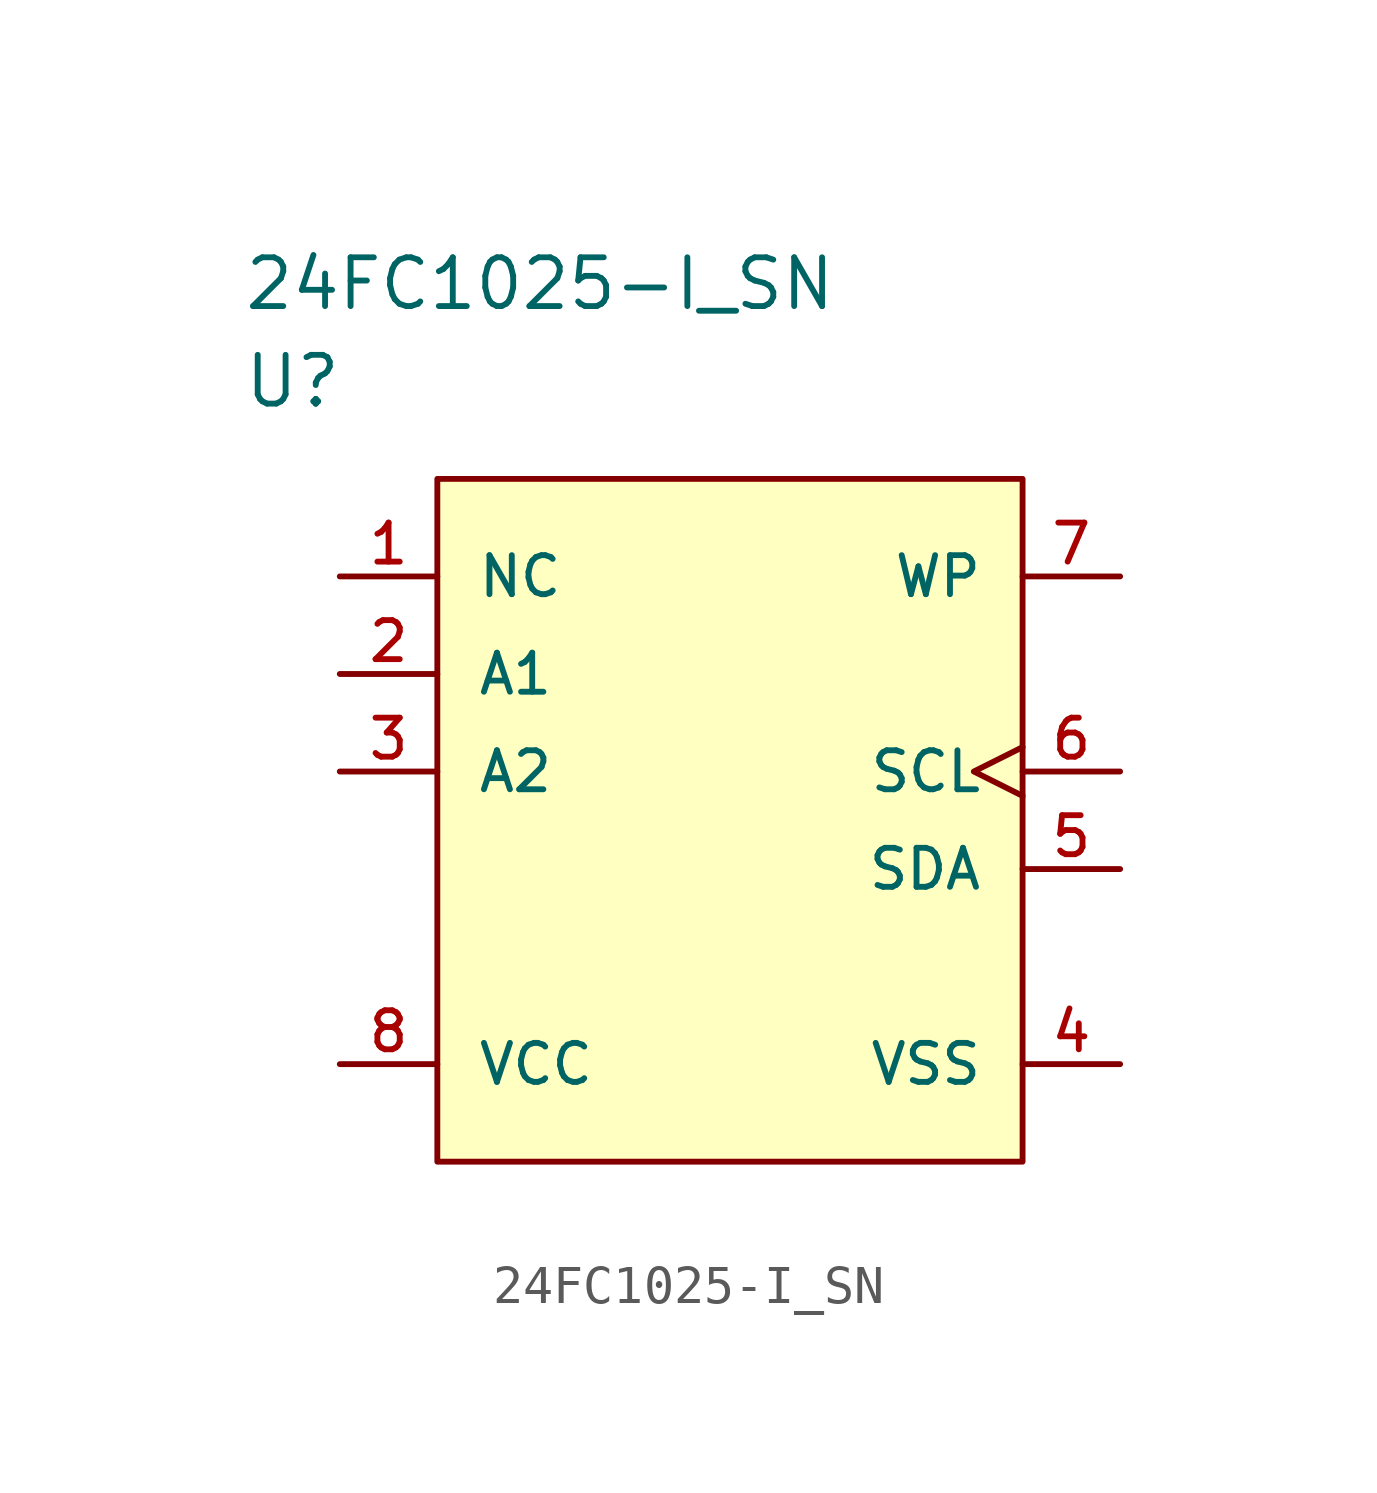
<source format=kicad_sym>
(kicad_symbol_lib
  (version 20220914)
  (generator kicad_symbol_editor)
  (symbol "24FC1025-I_SN"
    (pin_names
      (offset 1.016))
    (property "Reference" "U"
      (at 0 5.08 0)
      (effects (font (size 1.27 1.27)) (justify left)))
    (property "Value" "24FC1025-I_SN"
      (at 0 7.62 0)
      (effects (font (size 1.27 1.27)) (justify left)))
    (property "ki_locked" ""
      (at 0 0 0)
      (effects (font (size 1.27 1.27))))
    (symbol "24FC1025-I_SN_1_1"
      (rectangle (start 5.08 2.54) (end 20.32 -15.24) (stroke (width 0) (type solid)) (fill (type background)))
      (pin passive line (at 2.54 0 0) (length 2.54) (name "NC" (effects (font (size 1.016 1.016)))) (number "1" (effects (font (size 1.016 1.016)))))
      (pin input line (at 2.54 -2.54 0) (length 2.54) (name "A1" (effects (font (size 1.016 1.016)))) (number "2" (effects (font (size 1.016 1.016)))))
      (pin input line (at 2.54 -5.08 0) (length 2.54) (name "A2" (effects (font (size 1.016 1.016)))) (number "3" (effects (font (size 1.016 1.016)))))
      (pin power_in line (at 22.86 -12.7 180) (length 2.54) (name "VSS" (effects (font (size 1.016 1.016)))) (number "4" (effects (font (size 1.016 1.016)))))
      (pin bidirectional line (at 22.86 -7.62 180) (length 2.54) (name "SDA" (effects (font (size 1.016 1.016)))) (number "5" (effects (font (size 1.016 1.016)))))
      (pin input clock (at 22.86 -5.08 180) (length 2.54) (name "SCL" (effects (font (size 1.016 1.016)))) (number "6" (effects (font (size 1.016 1.016)))))
      (pin input line (at 22.86 0 180) (length 2.54) (name "WP" (effects (font (size 1.016 1.016)))) (number "7" (effects (font (size 1.016 1.016)))))
      (pin power_in line (at 2.54 -12.7 0) (length 2.54) (name "VCC" (effects (font (size 1.016 1.016)))) (number "8" (effects (font (size 1.016 1.016))))))))
</source>
